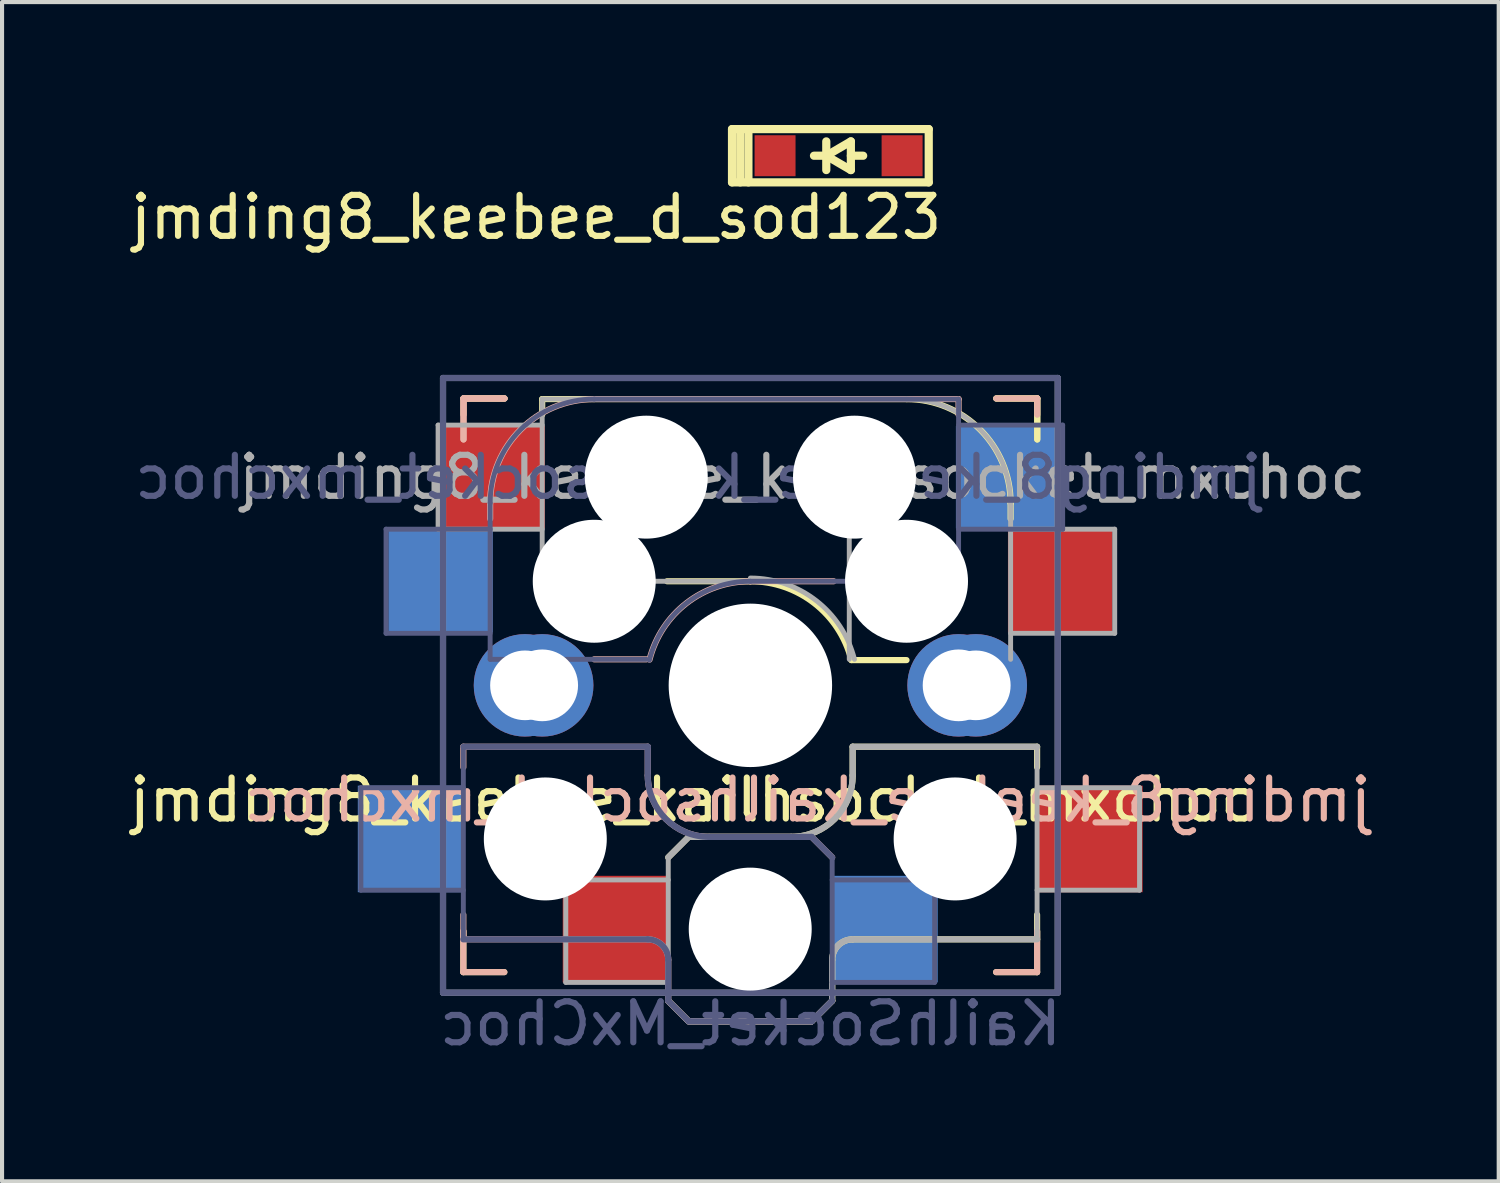
<source format=kicad_pcb>
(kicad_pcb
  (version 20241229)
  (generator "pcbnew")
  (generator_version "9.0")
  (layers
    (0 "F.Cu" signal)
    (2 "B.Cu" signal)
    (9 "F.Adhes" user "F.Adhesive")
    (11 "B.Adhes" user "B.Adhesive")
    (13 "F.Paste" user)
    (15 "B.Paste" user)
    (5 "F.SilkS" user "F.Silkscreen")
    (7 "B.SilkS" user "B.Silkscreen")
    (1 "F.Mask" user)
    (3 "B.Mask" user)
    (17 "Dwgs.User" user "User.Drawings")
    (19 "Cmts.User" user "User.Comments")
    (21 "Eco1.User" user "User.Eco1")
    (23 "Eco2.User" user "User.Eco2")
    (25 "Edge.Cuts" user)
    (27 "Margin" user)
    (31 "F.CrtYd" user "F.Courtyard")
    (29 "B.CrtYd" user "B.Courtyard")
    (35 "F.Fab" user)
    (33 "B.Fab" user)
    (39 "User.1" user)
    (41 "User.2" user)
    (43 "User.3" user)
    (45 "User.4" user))
  (footprint "jmding8_keebee_d_sod123"
    (layer "F.Cu")
    (at 17.412 0.75)
    (property "Reference" "jmding8_keebee_d_sod123" (at 2.6 1.5 0) (layer "F.SilkS") (effects (font (size 1 1) (thickness 0.15)) (justify right)))
    (attr smd)
    (fp_line (start -2.6 -0.65) (end -2.6 0.65) (stroke (width 0.2) (type solid)) (layer "F.SilkS"))
    (fp_line (start -2.6 -0.65) (end 2.2 -0.65) (stroke (width 0.2) (type solid)) (layer "F.SilkS"))
    (fp_line (start -2.6 0.65) (end 2.2 0.65) (stroke (width 0.2) (type solid)) (layer "F.SilkS"))
    (fp_line (start -2.4 -0.65) (end -2.4 0.65) (stroke (width 0.2) (type solid)) (layer "F.SilkS"))
    (fp_line (start -2.2 -0.65) (end -2.2 0.65) (stroke (width 0.2) (type solid)) (layer "F.SilkS"))
    (fp_line (start -0.3 -0.35) (end -0.3 0.35) (stroke (width 0.2) (type solid)) (layer "F.SilkS"))
    (fp_line (start -0.3 0) (end -0.6 0) (stroke (width 0.2) (type solid)) (layer "F.SilkS"))
    (fp_line (start -0.3 0) (end 0.3 -0.35) (stroke (width 0.2) (type solid)) (layer "F.SilkS"))
    (fp_line (start 0.3 -0.35) (end 0.3 0.35) (stroke (width 0.2) (type solid)) (layer "F.SilkS"))
    (fp_line (start 0.3 0) (end 0.6 0) (stroke (width 0.2) (type solid)) (layer "F.SilkS"))
    (fp_line (start 0.3 0.35) (end -0.3 0) (stroke (width 0.2) (type solid)) (layer "F.SilkS"))
    (fp_line (start 2.2 -0.65) (end 2.2 0.65) (stroke (width 0.2) (type solid)) (layer "F.SilkS"))
    (pad "1" smd rect (at -1.55 0) (size 1 1) (layers "F.Cu" "F.Mask" "F.Paste"))
    (pad "2" smd rect (at 1.55 0) (size 1 1) (layers "F.Cu" "F.Mask" "F.Paste")))
  (footprint "jmding8_keebee_kailhsocket_mxchoc"
    (layer "F.Cu")
    (at 15.26 13.673)
    (property "Reference" "jmding8_keebee_kailhsocket_mxchoc" (at -1.397 2.794 0) (layer "F.SilkS") (effects (font (size 1 1) (thickness 0.15))))
    (property "Value" "KailhSocket_MxChoc" (at 0 8.255 0) (layer "F.Fab") (hide yes) (effects (font (size 1 1) (thickness 0.15))))
    (attr smd)
    (fp_line (start -7.004 6.998) (end -7.004 5.998) (stroke (width 0.15) (type solid)) (layer "F.SilkS"))
    (fp_line (start -7 -7) (end -6 -7) (stroke (width 0.15) (type solid)) (layer "F.SilkS"))
    (fp_line (start -7 -7) (end -6 -7) (stroke (width 0.15) (type solid)) (layer "F.SilkS"))
    (fp_line (start -7 -6.604) (end -7 -7) (stroke (width 0.15) (type solid)) (layer "F.SilkS"))
    (fp_line (start -6.004 6.998) (end -7.004 6.998) (stroke (width 0.15) (type solid)) (layer "F.SilkS"))
    (fp_line (start -5.08 -6.985) (end 3.81 -6.985) (stroke (width 0.15) (type solid)) (layer "F.SilkS"))
    (fp_line (start -5.08 -6.604) (end -5.08 -6.985) (stroke (width 0.15) (type solid)) (layer "F.SilkS"))
    (fp_line (start -2.004 4.198) (end -1.504 3.698) (stroke (width 0.15) (type solid)) (layer "F.SilkS"))
    (fp_line (start -2.004 7.698) (end -1.504 8.198) (stroke (width 0.15) (type solid)) (layer "F.SilkS"))
    (fp_line (start -1.504 3.698) (end 0.996 3.698) (stroke (width 0.15) (type solid)) (layer "F.SilkS"))
    (fp_line (start -1.504 8.198) (end 1.496 8.198) (stroke (width 0.15) (type solid)) (layer "F.SilkS"))
    (fp_line (start 0 -2.54) (end -2.032 -2.54) (stroke (width 0.15) (type solid)) (layer "F.SilkS"))
    (fp_line (start 1.496 8.198) (end 1.996 7.698) (stroke (width 0.15) (type solid)) (layer "F.SilkS"))
    (fp_line (start 1.996 6.698) (end 1.996 7.698) (stroke (width 0.15) (type solid)) (layer "F.SilkS"))
    (fp_line (start 2.496 1.498) (end 6.996 1.498) (stroke (width 0.15) (type solid)) (layer "F.SilkS"))
    (fp_line (start 2.496 2.198) (end 2.496 1.498) (stroke (width 0.15) (type solid)) (layer "F.SilkS"))
    (fp_line (start 3.81 -0.616) (end 2.464 -0.616) (stroke (width 0.15) (type solid)) (layer "F.SilkS"))
    (fp_line (start 6 -7) (end 7 -7) (stroke (width 0.15) (type solid)) (layer "F.SilkS"))
    (fp_line (start 6 -7) (end 7 -7) (stroke (width 0.15) (type solid)) (layer "F.SilkS"))
    (fp_line (start 6.35 -4.445) (end 6.35 -4.064) (stroke (width 0.15) (type solid)) (layer "F.SilkS"))
    (fp_line (start 6.996 1.498) (end 6.996 1.998) (stroke (width 0.15) (type solid)) (layer "F.SilkS"))
    (fp_line (start 6.996 5.598) (end 6.996 6.198) (stroke (width 0.15) (type solid)) (layer "F.SilkS"))
    (fp_line (start 6.996 5.998) (end 6.996 6.998) (stroke (width 0.15) (type solid)) (layer "F.SilkS"))
    (fp_line (start 6.996 6.198) (end 2.496 6.198) (stroke (width 0.15) (type solid)) (layer "F.SilkS"))
    (fp_line (start 6.996 6.998) (end 5.996 6.998) (stroke (width 0.15) (type solid)) (layer "F.SilkS"))
    (fp_line (start 7 -7) (end 7 -6) (stroke (width 0.15) (type solid)) (layer "F.SilkS"))
    (fp_line (start 7 -7) (end 7 -6) (stroke (width 0.15) (type solid)) (layer "F.SilkS"))
    (fp_arc (start -0.001606 -2.539998) (mid 1.562514 -2.002534) (end 2.464161 -0.616039) (stroke (width 0.15) (type solid)) (layer "F.SilkS"))
    (fp_arc (start 1.996 6.698) (mid 2.142447 6.344447) (end 2.496 6.198) (stroke (width 0.15) (type solid)) (layer "F.SilkS"))
    (fp_arc (start 2.496 2.198) (mid 2.05666 3.25866) (end 0.996 3.698) (stroke (width 0.15) (type solid)) (layer "F.SilkS"))
    (fp_arc (start 3.81 -6.985) (mid 5.606051 -6.241051) (end 6.35 -4.445) (stroke (width 0.15) (type solid)) (layer "F.SilkS"))
    (fp_line (start -7.004 1.498) (end -7.004 1.998) (stroke (width 0.15) (type solid)) (layer "B.SilkS"))
    (fp_line (start -7.004 5.598) (end -7.004 6.198) (stroke (width 0.15) (type solid)) (layer "B.SilkS"))
    (fp_line (start -7.004 6.198) (end -2.504 6.198) (stroke (width 0.15) (type solid)) (layer "B.SilkS"))
    (fp_line (start -7.004 6.998) (end -7.004 5.998) (stroke (width 0.15) (type solid)) (layer "B.SilkS"))
    (fp_line (start -7 -7) (end -6 -7) (stroke (width 0.15) (type solid)) (layer "B.SilkS"))
    (fp_line (start -7 -7) (end -6 -7) (stroke (width 0.15) (type solid)) (layer "B.SilkS"))
    (fp_line (start -7 -6) (end -7 -7) (stroke (width 0.15) (type solid)) (layer "B.SilkS"))
    (fp_line (start -7 -6) (end -7 -7) (stroke (width 0.15) (type solid)) (layer "B.SilkS"))
    (fp_line (start -6.35 -4.445) (end -6.35 -4.064) (stroke (width 0.15) (type solid)) (layer "B.SilkS"))
    (fp_line (start -6.004 6.998) (end -7.004 6.998) (stroke (width 0.15) (type solid)) (layer "B.SilkS"))
    (fp_line (start -3.81 -0.635) (end -2.54 -0.635) (stroke (width 0.15) (type solid)) (layer "B.SilkS"))
    (fp_line (start -2.504 1.498) (end -7.004 1.498) (stroke (width 0.15) (type solid)) (layer "B.SilkS"))
    (fp_line (start -2.504 2.198) (end -2.504 1.498) (stroke (width 0.15) (type solid)) (layer "B.SilkS"))
    (fp_line (start -2.004 6.698) (end -2.004 7.698) (stroke (width 0.15) (type solid)) (layer "B.SilkS"))
    (fp_line (start -1.504 8.198) (end -2.004 7.698) (stroke (width 0.15) (type solid)) (layer "B.SilkS"))
    (fp_line (start 0 -2.54) (end 2.032 -2.54) (stroke (width 0.15) (type solid)) (layer "B.SilkS"))
    (fp_line (start 1.496 3.698) (end -1.004 3.698) (stroke (width 0.15) (type solid)) (layer "B.SilkS"))
    (fp_line (start 1.496 8.198) (end -1.504 8.198) (stroke (width 0.15) (type solid)) (layer "B.SilkS"))
    (fp_line (start 1.996 4.198) (end 1.496 3.698) (stroke (width 0.15) (type solid)) (layer "B.SilkS"))
    (fp_line (start 1.996 7.698) (end 1.496 8.198) (stroke (width 0.15) (type solid)) (layer "B.SilkS"))
    (fp_line (start 5.08 -6.985) (end -3.81 -6.985) (stroke (width 0.15) (type solid)) (layer "B.SilkS"))
    (fp_line (start 5.08 -6.604) (end 5.08 -6.985) (stroke (width 0.15) (type solid)) (layer "B.SilkS"))
    (fp_line (start 6 -7) (end 7 -7) (stroke (width 0.15) (type solid)) (layer "B.SilkS"))
    (fp_line (start 6.996 5.998) (end 6.996 6.998) (stroke (width 0.15) (type solid)) (layer "B.SilkS"))
    (fp_line (start 6.996 6.998) (end 5.996 6.998) (stroke (width 0.15) (type solid)) (layer "B.SilkS"))
    (fp_line (start 7 -7) (end 7 -6.604) (stroke (width 0.15) (type solid)) (layer "B.SilkS"))
    (fp_arc (start -6.35 -4.445) (mid -5.606051 -6.241051) (end -3.81 -6.985) (stroke (width 0.15) (type solid)) (layer "B.SilkS"))
    (fp_arc (start -2.504 6.198) (mid -2.150447 6.344447) (end -2.004 6.698) (stroke (width 0.15) (type solid)) (layer "B.SilkS"))
    (fp_arc (start -2.461268 -0.627503) (mid -1.558484 -2.005674) (end 0 -2.54) (stroke (width 0.15) (type solid)) (layer "B.SilkS"))
    (fp_arc (start -1.004 3.698) (mid -2.06466 3.25866) (end -2.504 2.198) (stroke (width 0.15) (type solid)) (layer "B.SilkS"))
    (fp_line (start -6.9 6.9) (end -6.9 -6.9) (stroke (width 0.15) (type solid)) (layer "Eco2.User"))
    (fp_line (start -6.9 6.9) (end 6.9 6.9) (stroke (width 0.15) (type solid)) (layer "Eco2.User"))
    (fp_line (start 6.9 -6.9) (end -6.9 -6.9) (stroke (width 0.15) (type solid)) (layer "Eco2.User"))
    (fp_line (start 6.9 -6.9) (end 6.9 6.9) (stroke (width 0.15) (type solid)) (layer "Eco2.User"))
    (fp_line (start -9.504 2.498) (end -7.004 2.498) (stroke (width 0.12) (type solid)) (layer "B.Fab"))
    (fp_line (start -9.504 4.998) (end -9.504 2.498) (stroke (width 0.12) (type solid)) (layer "B.Fab"))
    (fp_line (start -8.89 -3.81) (end -8.89 -1.27) (stroke (width 0.12) (type solid)) (layer "B.Fab"))
    (fp_line (start -8.89 -1.27) (end -6.35 -1.27) (stroke (width 0.12) (type solid)) (layer "B.Fab"))
    (fp_line (start -7.5 -7.5) (end 7.5 -7.5) (stroke (width 0.15) (type solid)) (layer "B.Fab"))
    (fp_line (start -7.5 7.5) (end -7.5 -7.5) (stroke (width 0.15) (type solid)) (layer "B.Fab"))
    (fp_line (start -7.004 1.498) (end -7.004 6.198) (stroke (width 0.12) (type solid)) (layer "B.Fab"))
    (fp_line (start -7.004 4.998) (end -9.504 4.998) (stroke (width 0.12) (type solid)) (layer "B.Fab"))
    (fp_line (start -7.004 6.198) (end -2.504 6.198) (stroke (width 0.15) (type solid)) (layer "B.Fab"))
    (fp_line (start -6.35 -4.445) (end -6.35 -0.635) (stroke (width 0.12) (type solid)) (layer "B.Fab"))
    (fp_line (start -6.35 -3.81) (end -8.89 -3.81) (stroke (width 0.12) (type solid)) (layer "B.Fab"))
    (fp_line (start -6.35 -0.635) (end -2.54 -0.635) (stroke (width 0.12) (type solid)) (layer "B.Fab"))
    (fp_line (start -2.504 1.498) (end -7.004 1.498) (stroke (width 0.15) (type solid)) (layer "B.Fab"))
    (fp_line (start -2.504 2.198) (end -2.504 1.498) (stroke (width 0.15) (type solid)) (layer "B.Fab"))
    (fp_line (start -2.004 6.698) (end -2.004 7.698) (stroke (width 0.15) (type solid)) (layer "B.Fab"))
    (fp_line (start -1.504 8.198) (end -2.004 7.698) (stroke (width 0.15) (type solid)) (layer "B.Fab"))
    (fp_line (start 0 -2.54) (end 5.08 -2.54) (stroke (width 0.12) (type solid)) (layer "B.Fab"))
    (fp_line (start 1.496 3.698) (end -1.004 3.698) (stroke (width 0.15) (type solid)) (layer "B.Fab"))
    (fp_line (start 1.496 8.198) (end -1.504 8.198) (stroke (width 0.15) (type solid)) (layer "B.Fab"))
    (fp_line (start 1.996 4.198) (end 1.496 3.698) (stroke (width 0.15) (type solid)) (layer "B.Fab"))
    (fp_line (start 1.996 4.248) (end 1.996 7.698) (stroke (width 0.12) (type solid)) (layer "B.Fab"))
    (fp_line (start 1.996 4.748) (end 4.496 4.748) (stroke (width 0.12) (type solid)) (layer "B.Fab"))
    (fp_line (start 1.996 7.698) (end 1.496 8.198) (stroke (width 0.15) (type solid)) (layer "B.Fab"))
    (fp_line (start 4.496 4.748) (end 4.496 7.248) (stroke (width 0.12) (type solid)) (layer "B.Fab"))
    (fp_line (start 4.496 7.248) (end 1.996 7.248) (stroke (width 0.12) (type solid)) (layer "B.Fab"))
    (fp_line (start 5.08 -6.985) (end -3.81 -6.985) (stroke (width 0.12) (type solid)) (layer "B.Fab"))
    (fp_line (start 5.08 -3.81) (end 7.62 -3.81) (stroke (width 0.12) (type solid)) (layer "B.Fab"))
    (fp_line (start 5.08 -2.54) (end 5.08 -6.985) (stroke (width 0.12) (type solid)) (layer "B.Fab"))
    (fp_line (start 7.5 -7.5) (end 7.5 7.5) (stroke (width 0.15) (type solid)) (layer "B.Fab"))
    (fp_line (start 7.5 7.5) (end -7.5 7.5) (stroke (width 0.15) (type solid)) (layer "B.Fab"))
    (fp_line (start 7.62 -6.35) (end 5.08 -6.35) (stroke (width 0.12) (type solid)) (layer "B.Fab"))
    (fp_line (start 7.62 -3.81) (end 7.62 -6.35) (stroke (width 0.12) (type solid)) (layer "B.Fab"))
    (fp_arc (start -6.35 -4.445) (mid -5.606051 -6.241051) (end -3.81 -6.985) (stroke (width 0.12) (type solid)) (layer "B.Fab"))
    (fp_arc (start -2.504 6.198) (mid -2.150447 6.344447) (end -2.004 6.698) (stroke (width 0.15) (type solid)) (layer "B.Fab"))
    (fp_arc (start -2.464162 -0.61604) (mid -1.563147 -2.002042) (end 0 -2.54) (stroke (width 0.12) (type solid)) (layer "B.Fab"))
    (fp_arc (start -1.004 3.698) (mid -2.06466 3.25866) (end -2.504 2.198) (stroke (width 0.15) (type solid)) (layer "B.Fab"))
    (fp_line (start -7.62 -6.35) (end -7.62 -3.81) (stroke (width 0.12) (type solid)) (layer "F.Fab"))
    (fp_line (start -7.62 -3.81) (end -5.08 -3.81) (stroke (width 0.12) (type solid)) (layer "F.Fab"))
    (fp_line (start -7.5 -7.5) (end 7.5 -7.5) (stroke (width 0.15) (type solid)) (layer "F.Fab"))
    (fp_line (start -7.5 7.5) (end -7.5 -7.5) (stroke (width 0.15) (type solid)) (layer "F.Fab"))
    (fp_line (start -5.08 -6.985) (end -5.08 -2.54) (stroke (width 0.12) (type solid)) (layer "F.Fab"))
    (fp_line (start -5.08 -6.35) (end -7.62 -6.35) (stroke (width 0.12) (type solid)) (layer "F.Fab"))
    (fp_line (start -5.08 -2.54) (end 0 -2.54) (stroke (width 0.12) (type solid)) (layer "F.Fab"))
    (fp_line (start -4.504 4.748) (end -4.504 7.248) (stroke (width 0.12) (type solid)) (layer "F.Fab"))
    (fp_line (start -4.504 7.248) (end -2.004 7.248) (stroke (width 0.12) (type solid)) (layer "F.Fab"))
    (fp_line (start -2.004 4.198) (end -1.504 3.698) (stroke (width 0.15) (type solid)) (layer "F.Fab"))
    (fp_line (start -2.004 4.248) (end -2.004 7.698) (stroke (width 0.12) (type solid)) (layer "F.Fab"))
    (fp_line (start -2.004 4.748) (end -4.504 4.748) (stroke (width 0.12) (type solid)) (layer "F.Fab"))
    (fp_line (start -2.004 7.698) (end -1.504 8.198) (stroke (width 0.15) (type solid)) (layer "F.Fab"))
    (fp_line (start -1.504 3.698) (end 0.996 3.698) (stroke (width 0.15) (type solid)) (layer "F.Fab"))
    (fp_line (start -1.504 8.198) (end 1.496 8.198) (stroke (width 0.15) (type solid)) (layer "F.Fab"))
    (fp_line (start 1.496 8.198) (end 1.996 7.698) (stroke (width 0.15) (type solid)) (layer "F.Fab"))
    (fp_line (start 1.996 6.698) (end 1.996 7.698) (stroke (width 0.15) (type solid)) (layer "F.Fab"))
    (fp_line (start 2.413 -0.635) (end 2.413 -4.445) (stroke (width 0.12) (type solid)) (layer "F.Fab"))
    (fp_line (start 2.496 1.498) (end 6.996 1.498) (stroke (width 0.15) (type solid)) (layer "F.Fab"))
    (fp_line (start 2.496 2.198) (end 2.496 1.498) (stroke (width 0.15) (type solid)) (layer "F.Fab"))
    (fp_line (start 3.81 -6.985) (end -5.08 -6.985) (stroke (width 0.12) (type solid)) (layer "F.Fab"))
    (fp_line (start 6.35 -1.27) (end 8.89 -1.27) (stroke (width 0.12) (type solid)) (layer "F.Fab"))
    (fp_line (start 6.35 -0.635) (end 6.35 -4.445) (stroke (width 0.12) (type solid)) (layer "F.Fab"))
    (fp_line (start 6.996 1.498) (end 6.996 6.198) (stroke (width 0.12) (type solid)) (layer "F.Fab"))
    (fp_line (start 6.996 4.998) (end 9.496 4.998) (stroke (width 0.12) (type solid)) (layer "F.Fab"))
    (fp_line (start 6.996 6.198) (end 2.496 6.198) (stroke (width 0.15) (type solid)) (layer "F.Fab"))
    (fp_line (start 7.5 -7.5) (end 7.5 7.5) (stroke (width 0.15) (type solid)) (layer "F.Fab"))
    (fp_line (start 7.5 7.5) (end -7.5 7.5) (stroke (width 0.15) (type solid)) (layer "F.Fab"))
    (fp_line (start 8.89 -3.81) (end 6.35 -3.81) (stroke (width 0.12) (type solid)) (layer "F.Fab"))
    (fp_line (start 8.89 -1.27) (end 8.89 -3.81) (stroke (width 0.12) (type solid)) (layer "F.Fab"))
    (fp_line (start 9.496 2.498) (end 6.996 2.498) (stroke (width 0.12) (type solid)) (layer "F.Fab"))
    (fp_line (start 9.496 4.998) (end 9.496 2.498) (stroke (width 0.12) (type solid)) (layer "F.Fab"))
    (fp_arc (start 0.000001 -2.618171) (mid 1.611255 -2.063656) (end 2.539999 -0.634999) (stroke (width 0.12) (type solid)) (layer "F.Fab"))
    (fp_arc (start 1.996 6.698) (mid 2.142447 6.344447) (end 2.496 6.198) (stroke (width 0.15) (type solid)) (layer "F.Fab"))
    (fp_arc (start 2.496 2.198) (mid 2.05666 3.25866) (end 0.996 3.698) (stroke (width 0.15) (type solid)) (layer "F.Fab"))
    (fp_arc (start 3.81 -6.985) (mid 5.606051 -6.241051) (end 6.35 -4.445) (stroke (width 0.12) (type solid)) (layer "F.Fab"))
    (fp_text user "${REFERENCE}" (at 1.397 2.794 0) (layer "B.SilkS") (effects (font (size 1 1) (thickness 0.15)) (justify mirror)))
    (fp_text user "${REFERENCE}" (at -1.27 -5.08 0) (layer "B.Fab") (effects (font (size 1 1) (thickness 0.15)) (justify mirror)))
    (fp_text user "${VALUE}" (at 0 8.255 0) (layer "B.Fab") (effects (font (size 1 1) (thickness 0.15)) (justify mirror)))
    (fp_text user "${REFERENCE}" (at 1.27 -5.08 180) (layer "F.Fab") (effects (font (size 1 1) (thickness 0.15))))
    (pad "" np_thru_hole circle (at -5.004 3.748) (size 3 3) (drill 3) (layers "*.Cu" "*.Mask"))
    (pad "" np_thru_hole circle (at -3.81 -2.54) (size 3 3) (drill 3) (layers "*.Cu" "*.Mask"))
    (pad "" np_thru_hole circle (at -2.54 -5.08 180) (size 3 3) (drill 3) (layers "*.Cu" "*.Mask"))
    (pad "" np_thru_hole circle (at -0.004 5.948) (size 3 3) (drill 3) (layers "*.Cu" "*.Mask"))
    (pad "" np_thru_hole circle (at 0 0) (size 3.988 3.988) (drill 3.988) (layers "*.Cu" "*.Mask"))
    (pad "" np_thru_hole circle (at 2.54 -5.08) (size 3 3) (drill 3) (layers "*.Cu" "*.Mask"))
    (pad "" np_thru_hole circle (at 3.81 -2.54 180) (size 3 3) (drill 3) (layers "*.Cu" "*.Mask"))
    (pad "" np_thru_hole circle (at 4.996 3.748) (size 3 3) (drill 3) (layers "*.Cu" "*.Mask"))
    (pad "1" smd rect (at -8.279 3.748) (size 2.6 2.6) (layers "B.Cu" "B.Mask" "B.Paste"))
    (pad "1" smd rect (at -7.56 -2.54) (size 2.55 2.5) (layers "B.Cu" "B.Mask" "B.Paste"))
    (pad "1" smd rect (at -6.29 -5.08 180) (size 2.55 2.5) (layers "F.Cu" "F.Mask" "F.Paste"))
    (pad "1" thru_hole circle (at -5.5 0) (size 2.5 2.5) (drill 1.7) (layers "*.Cu" "*.Mask"))
    (pad "1" thru_hole circle (at -5.08 0) (size 2.5 2.5) (drill 1.75) (layers "*.Cu" "*.Mask"))
    (pad "1" smd rect (at -3.279 5.948) (size 2.6 2.6) (layers "F.Cu" "F.Mask" "F.Paste"))
    (pad "2" smd rect (at 3.271 5.948) (size 2.6 2.6) (layers "B.Cu" "B.Mask" "B.Paste"))
    (pad "2" thru_hole circle (at 5.08 0) (size 2.5 2.5) (drill 1.75) (layers "*.Cu" "*.Mask"))
    (pad "2" thru_hole circle (at 5.5 0) (size 2.5 2.5) (drill 1.7) (layers "*.Cu" "*.Mask"))
    (pad "2" smd rect (at 6.29 -5.08) (size 2.55 2.5) (layers "B.Cu" "B.Mask" "B.Paste"))
    (pad "2" smd rect (at 7.56 -2.54) (size 2.55 2.5) (layers "F.Cu" "F.Mask" "F.Paste"))
    (pad "2" smd rect (at 8.271 3.748) (size 2.6 2.6) (layers "F.Cu" "F.Mask" "F.Paste")))
  (gr_rect
    (start -3 -3)
    (end 33.52 25.776)
    (stroke (width 0.1) (type default))
    (fill no)
    (layer "Edge.Cuts")))
</source>
